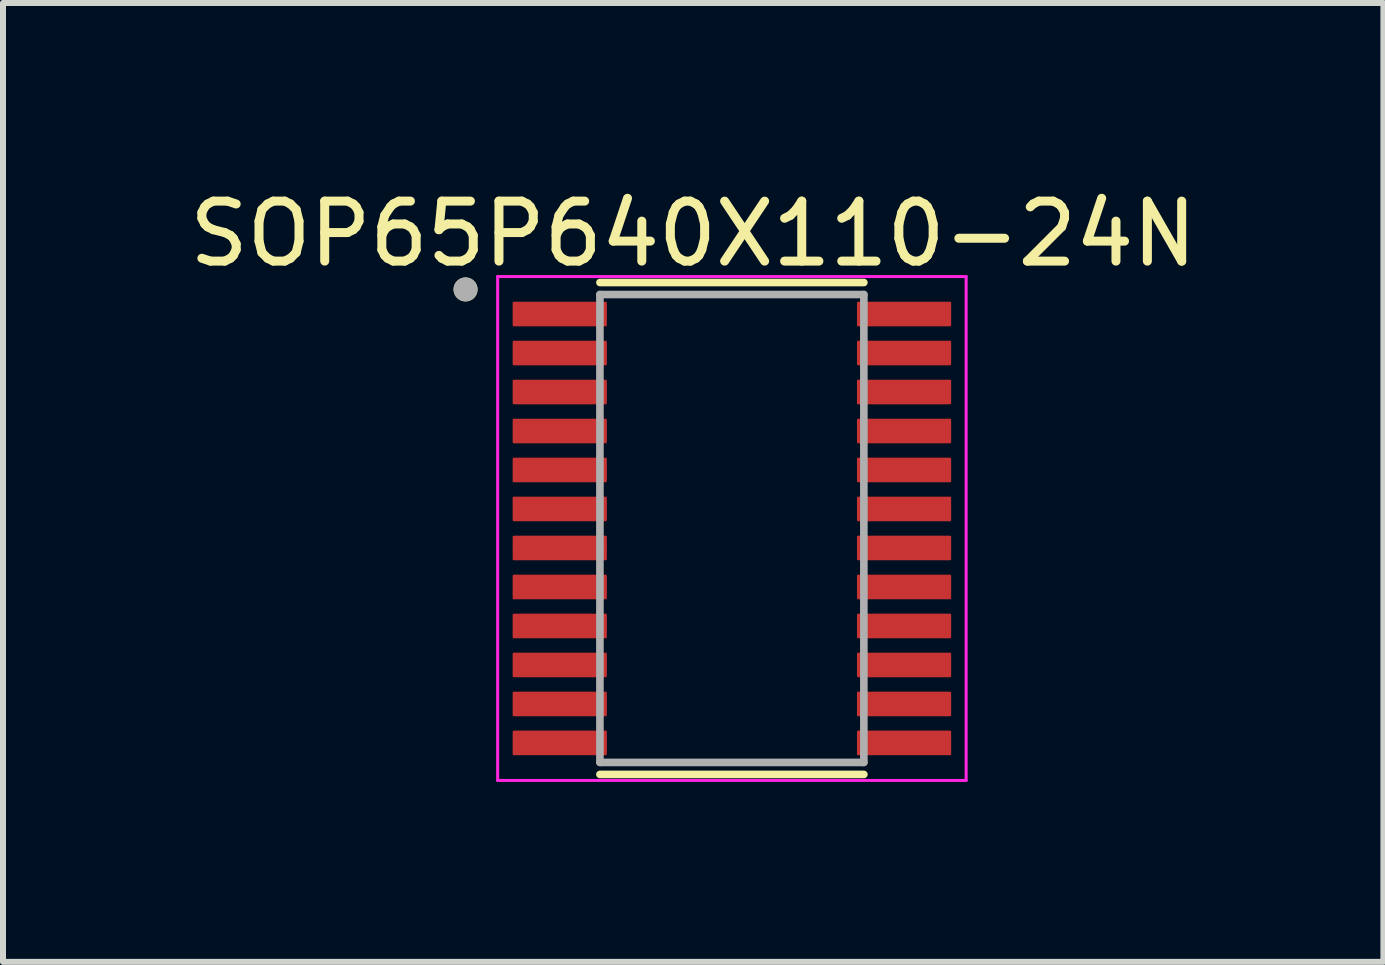
<source format=kicad_pcb>
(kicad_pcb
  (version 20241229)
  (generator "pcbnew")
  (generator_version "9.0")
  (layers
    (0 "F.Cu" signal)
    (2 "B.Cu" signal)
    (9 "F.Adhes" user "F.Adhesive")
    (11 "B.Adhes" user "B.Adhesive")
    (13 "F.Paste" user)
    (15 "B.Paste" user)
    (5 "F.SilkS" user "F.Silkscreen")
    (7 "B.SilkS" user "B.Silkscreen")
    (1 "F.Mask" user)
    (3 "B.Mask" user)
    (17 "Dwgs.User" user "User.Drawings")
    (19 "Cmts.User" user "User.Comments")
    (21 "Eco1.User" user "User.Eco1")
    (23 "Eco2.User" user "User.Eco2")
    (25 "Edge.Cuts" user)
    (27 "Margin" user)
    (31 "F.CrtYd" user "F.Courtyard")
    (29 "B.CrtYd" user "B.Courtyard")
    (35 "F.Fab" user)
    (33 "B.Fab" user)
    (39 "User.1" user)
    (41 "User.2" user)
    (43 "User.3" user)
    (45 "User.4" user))
  (footprint "SOP65P640X110-24N"
    (layer "F.Cu")
    (at 9.151 5.76)
    (property "Reference" "SOP65P640X110-24N" (at -0.645 -4.912 0) (layer "F.SilkS") (effects (font (size 1 1) (thickness 0.15))))
    (attr through_hole)
    (fp_line (start -2.2 -4.1) (end 2.2 -4.1) (stroke (width 0.127) (type solid)) (layer "F.SilkS"))
    (fp_line (start -2.2 4.1) (end 2.2 4.1) (stroke (width 0.127) (type solid)) (layer "F.SilkS"))
    (fp_circle (center -4.44 -3.985) (end -4.34 -3.985) (stroke (width 0.2) (type solid)) (fill no) (layer "F.SilkS"))
    (fp_line (start -3.905 -4.2) (end -3.905 4.2) (stroke (width 0.05) (type solid)) (layer "F.CrtYd"))
    (fp_line (start -3.905 -4.2) (end 3.905 -4.2) (stroke (width 0.05) (type solid)) (layer "F.CrtYd"))
    (fp_line (start -3.905 4.2) (end 3.905 4.2) (stroke (width 0.05) (type solid)) (layer "F.CrtYd"))
    (fp_line (start 3.905 -4.2) (end 3.905 4.2) (stroke (width 0.05) (type solid)) (layer "F.CrtYd"))
    (fp_line (start -2.2 -3.9) (end -2.2 3.9) (stroke (width 0.127) (type solid)) (layer "F.Fab"))
    (fp_line (start -2.2 -3.9) (end 2.2 -3.9) (stroke (width 0.127) (type solid)) (layer "F.Fab"))
    (fp_line (start -2.2 3.9) (end 2.2 3.9) (stroke (width 0.127) (type solid)) (layer "F.Fab"))
    (fp_line (start 2.2 -3.9) (end 2.2 3.9) (stroke (width 0.127) (type solid)) (layer "F.Fab"))
    (fp_circle (center -4.44 -3.985) (end -4.34 -3.985) (stroke (width 0.2) (type solid)) (fill no) (layer "F.Fab"))
    (pad "1" smd roundrect (at -2.87 -3.575) (size 1.57 0.41) (layers "F.Cu" "F.Mask" "F.Paste") (roundrect_rratio 0.05))
    (pad "2" smd roundrect (at -2.87 -2.925) (size 1.57 0.41) (layers "F.Cu" "F.Mask" "F.Paste") (roundrect_rratio 0.05))
    (pad "3" smd roundrect (at -2.87 -2.275) (size 1.57 0.41) (layers "F.Cu" "F.Mask" "F.Paste") (roundrect_rratio 0.05))
    (pad "4" smd roundrect (at -2.87 -1.625) (size 1.57 0.41) (layers "F.Cu" "F.Mask" "F.Paste") (roundrect_rratio 0.05))
    (pad "5" smd roundrect (at -2.87 -0.975) (size 1.57 0.41) (layers "F.Cu" "F.Mask" "F.Paste") (roundrect_rratio 0.05))
    (pad "6" smd roundrect (at -2.87 -0.325) (size 1.57 0.41) (layers "F.Cu" "F.Mask" "F.Paste") (roundrect_rratio 0.05))
    (pad "7" smd roundrect (at -2.87 0.325) (size 1.57 0.41) (layers "F.Cu" "F.Mask" "F.Paste") (roundrect_rratio 0.05))
    (pad "8" smd roundrect (at -2.87 0.975) (size 1.57 0.41) (layers "F.Cu" "F.Mask" "F.Paste") (roundrect_rratio 0.05))
    (pad "9" smd roundrect (at -2.87 1.625) (size 1.57 0.41) (layers "F.Cu" "F.Mask" "F.Paste") (roundrect_rratio 0.05))
    (pad "10" smd roundrect (at -2.87 2.275) (size 1.57 0.41) (layers "F.Cu" "F.Mask" "F.Paste") (roundrect_rratio 0.05))
    (pad "11" smd roundrect (at -2.87 2.925) (size 1.57 0.41) (layers "F.Cu" "F.Mask" "F.Paste") (roundrect_rratio 0.05))
    (pad "12" smd roundrect (at -2.87 3.575) (size 1.57 0.41) (layers "F.Cu" "F.Mask" "F.Paste") (roundrect_rratio 0.05))
    (pad "13" smd roundrect (at 2.87 3.575) (size 1.57 0.41) (layers "F.Cu" "F.Mask" "F.Paste") (roundrect_rratio 0.05))
    (pad "14" smd roundrect (at 2.87 2.925) (size 1.57 0.41) (layers "F.Cu" "F.Mask" "F.Paste") (roundrect_rratio 0.05))
    (pad "15" smd roundrect (at 2.87 2.275) (size 1.57 0.41) (layers "F.Cu" "F.Mask" "F.Paste") (roundrect_rratio 0.05))
    (pad "16" smd roundrect (at 2.87 1.625) (size 1.57 0.41) (layers "F.Cu" "F.Mask" "F.Paste") (roundrect_rratio 0.05))
    (pad "17" smd roundrect (at 2.87 0.975) (size 1.57 0.41) (layers "F.Cu" "F.Mask" "F.Paste") (roundrect_rratio 0.05))
    (pad "18" smd roundrect (at 2.87 0.325) (size 1.57 0.41) (layers "F.Cu" "F.Mask" "F.Paste") (roundrect_rratio 0.05))
    (pad "19" smd roundrect (at 2.87 -0.325) (size 1.57 0.41) (layers "F.Cu" "F.Mask" "F.Paste") (roundrect_rratio 0.05))
    (pad "20" smd roundrect (at 2.87 -0.975) (size 1.57 0.41) (layers "F.Cu" "F.Mask" "F.Paste") (roundrect_rratio 0.05))
    (pad "21" smd roundrect (at 2.87 -1.625) (size 1.57 0.41) (layers "F.Cu" "F.Mask" "F.Paste") (roundrect_rratio 0.05))
    (pad "22" smd roundrect (at 2.87 -2.275) (size 1.57 0.41) (layers "F.Cu" "F.Mask" "F.Paste") (roundrect_rratio 0.05))
    (pad "23" smd roundrect (at 2.87 -2.925) (size 1.57 0.41) (layers "F.Cu" "F.Mask" "F.Paste") (roundrect_rratio 0.05))
    (pad "24" smd roundrect (at 2.87 -3.575) (size 1.57 0.41) (layers "F.Cu" "F.Mask" "F.Paste") (roundrect_rratio 0.05)))
  (gr_rect
    (start -3 -3)
    (end 20.012 12.985)
    (stroke (width 0.1) (type default))
    (fill no)
    (layer "Edge.Cuts")))
</source>
